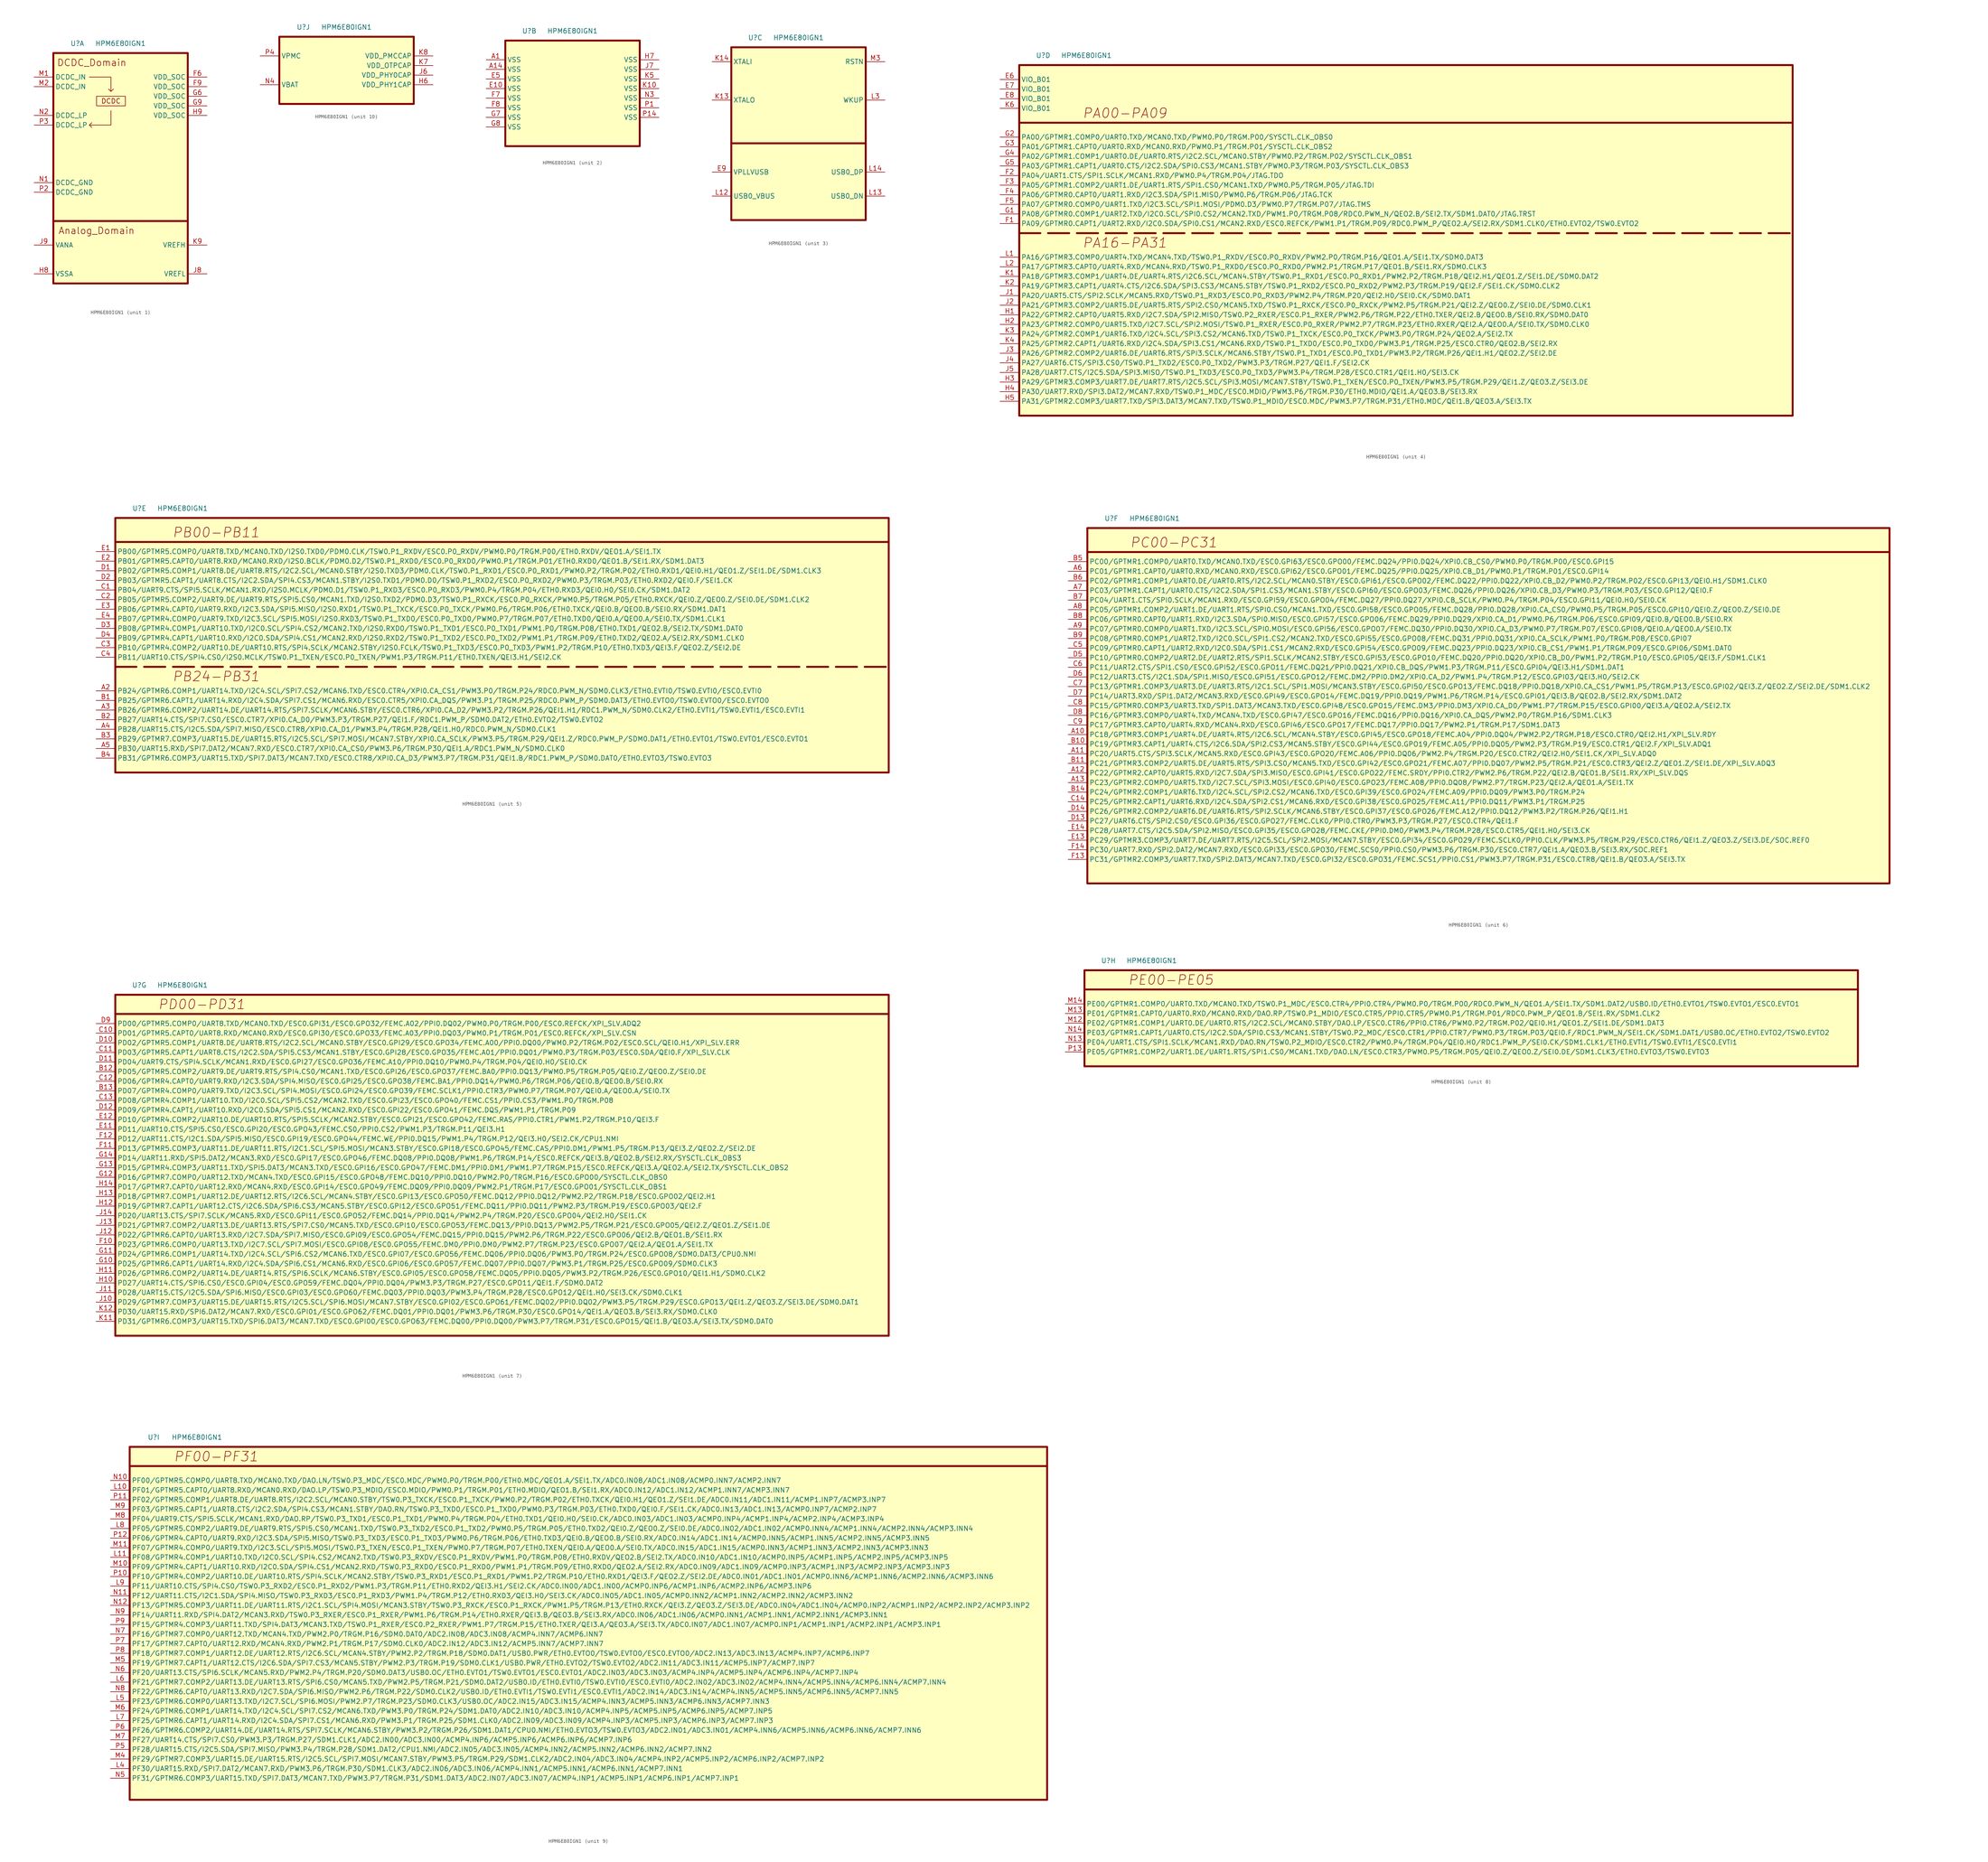
<source format=kicad_sym>
(kicad_symbol_lib
  (version 20220914)
  (generator kicad_symbol_editor)
  (symbol "HPM6E80IGN1"
    (property "Reference" "U"
      (at 6.35 2.54 0)
      (effects (font (size 1.27 1.27))))
    (property "Value" "HPM6E80IGN1"
      (at 17.78 2.54 0)
      (effects (font (size 1.27 1.27))))
    (property "ki_locked" ""
      (at 0 0 0)
      (effects (font (size 1.27 1.27))))
    (symbol "HPM6E80IGN1_1_1"
      (polyline (pts (xy 0 -44.45) (xy 35.56 -44.45)) (stroke (width 0.508) (type default)) (fill (type none)))
      (polyline (pts (xy 9.525 -6.35) (xy 15.24 -6.35) (xy 15.24 -10.16) (xy 14.605 -9.525) (xy 15.24 -10.16) (xy 15.875 -9.525)) (stroke (width 0) (type default)) (fill (type none)))
      (polyline (pts (xy 15.24 -15.24) (xy 15.24 -19.05) (xy 9.525 -19.05) (xy 10.16 -18.415) (xy 9.525 -19.05) (xy 10.16 -19.685)) (stroke (width 0) (type default)) (fill (type none)))
      (rectangle (start 0 0) (end 35.56 -60.96) (stroke (width 0.508) (type default)) (fill (type background)))
      (rectangle (start 11.43 -11.43) (end 19.05 -13.97) (stroke (width 0) (type default)) (fill (type none)))
      (text "Analog_Domain" (at 11.43 -46.99 0) (effects (font (size 1.778 1.778))))
      (text "DCDC" (at 15.24 -12.7 0) (effects (font (size 1.27 1.27))))
      (text "DCDC_Domain" (at 10.16 -2.54 0) (effects (font (size 1.778 1.778))))
      (pin power_in line (at 40.64 -6.35 180) (length 5.08) (name "VDD_SOC" (effects (font (size 1.27 1.27)))) (number "F6" (effects (font (size 1.27 1.27)))))
      (pin power_in line (at 40.64 -8.89 180) (length 5.08) (name "VDD_SOC" (effects (font (size 1.27 1.27)))) (number "F9" (effects (font (size 1.27 1.27)))))
      (pin power_in line (at 40.64 -11.43 180) (length 5.08) (name "VDD_SOC" (effects (font (size 1.27 1.27)))) (number "G6" (effects (font (size 1.27 1.27)))))
      (pin power_in line (at 40.64 -13.97 180) (length 5.08) (name "VDD_SOC" (effects (font (size 1.27 1.27)))) (number "G9" (effects (font (size 1.27 1.27)))))
      (pin power_in line (at -5.08 -58.42 0) (length 5.08) (name "VSSA" (effects (font (size 1.27 1.27)))) (number "H8" (effects (font (size 1.27 1.27)))))
      (pin power_in line (at 40.64 -16.51 180) (length 5.08) (name "VDD_SOC" (effects (font (size 1.27 1.27)))) (number "H9" (effects (font (size 1.27 1.27)))))
      (pin power_in line (at 40.64 -58.42 180) (length 5.08) (name "VREFL" (effects (font (size 1.27 1.27)))) (number "J8" (effects (font (size 1.27 1.27)))))
      (pin power_in line (at -5.08 -50.8 0) (length 5.08) (name "VANA" (effects (font (size 1.27 1.27)))) (number "J9" (effects (font (size 1.27 1.27)))))
      (pin power_in line (at 40.64 -50.8 180) (length 5.08) (name "VREFH" (effects (font (size 1.27 1.27)))) (number "K9" (effects (font (size 1.27 1.27)))))
      (pin power_in line (at -5.08 -6.35 0) (length 5.08) (name "DCDC_IN" (effects (font (size 1.27 1.27)))) (number "M1" (effects (font (size 1.27 1.27)))))
      (pin power_in line (at -5.08 -8.89 0) (length 5.08) (name "DCDC_IN" (effects (font (size 1.27 1.27)))) (number "M2" (effects (font (size 1.27 1.27)))))
      (pin power_in line (at -5.08 -34.29 0) (length 5.08) (name "DCDC_GND" (effects (font (size 1.27 1.27)))) (number "N1" (effects (font (size 1.27 1.27)))))
      (pin power_in line (at -5.08 -16.51 0) (length 5.08) (name "DCDC_LP" (effects (font (size 1.27 1.27)))) (number "N2" (effects (font (size 1.27 1.27)))))
      (pin power_in line (at -5.08 -36.83 0) (length 5.08) (name "DCDC_GND" (effects (font (size 1.27 1.27)))) (number "P2" (effects (font (size 1.27 1.27)))))
      (pin power_in line (at -5.08 -19.05 0) (length 5.08) (name "DCDC_LP" (effects (font (size 1.27 1.27)))) (number "P3" (effects (font (size 1.27 1.27))))))
    (symbol "HPM6E80IGN1_2_1"
      (rectangle (start 0 0) (end 35.56 -27.94) (stroke (width 0.508) (type default)) (fill (type background)))
      (pin power_in line (at -5.08 -5.08 0) (length 5.08) (name "VSS" (effects (font (size 1.27 1.27)))) (number "A1" (effects (font (size 1.27 1.27)))))
      (pin power_in line (at -5.08 -7.62 0) (length 5.08) (name "VSS" (effects (font (size 1.27 1.27)))) (number "A14" (effects (font (size 1.27 1.27)))))
      (pin power_in line (at -5.08 -12.7 0) (length 5.08) (name "VSS" (effects (font (size 1.27 1.27)))) (number "E10" (effects (font (size 1.27 1.27)))))
      (pin power_in line (at -5.08 -10.16 0) (length 5.08) (name "VSS" (effects (font (size 1.27 1.27)))) (number "E5" (effects (font (size 1.27 1.27)))))
      (pin power_in line (at -5.08 -15.24 0) (length 5.08) (name "VSS" (effects (font (size 1.27 1.27)))) (number "F7" (effects (font (size 1.27 1.27)))))
      (pin power_in line (at -5.08 -17.78 0) (length 5.08) (name "VSS" (effects (font (size 1.27 1.27)))) (number "F8" (effects (font (size 1.27 1.27)))))
      (pin power_in line (at -5.08 -20.32 0) (length 5.08) (name "VSS" (effects (font (size 1.27 1.27)))) (number "G7" (effects (font (size 1.27 1.27)))))
      (pin power_in line (at -5.08 -22.86 0) (length 5.08) (name "VSS" (effects (font (size 1.27 1.27)))) (number "G8" (effects (font (size 1.27 1.27)))))
      (pin power_in line (at 40.64 -5.08 180) (length 5.08) (name "VSS" (effects (font (size 1.27 1.27)))) (number "H7" (effects (font (size 1.27 1.27)))))
      (pin power_in line (at 40.64 -7.62 180) (length 5.08) (name "VSS" (effects (font (size 1.27 1.27)))) (number "J7" (effects (font (size 1.27 1.27)))))
      (pin power_in line (at 40.64 -12.7 180) (length 5.08) (name "VSS" (effects (font (size 1.27 1.27)))) (number "K10" (effects (font (size 1.27 1.27)))))
      (pin power_in line (at 40.64 -10.16 180) (length 5.08) (name "VSS" (effects (font (size 1.27 1.27)))) (number "K5" (effects (font (size 1.27 1.27)))))
      (pin power_in line (at 40.64 -15.24 180) (length 5.08) (name "VSS" (effects (font (size 1.27 1.27)))) (number "N3" (effects (font (size 1.27 1.27)))))
      (pin power_in line (at 40.64 -17.78 180) (length 5.08) (name "VSS" (effects (font (size 1.27 1.27)))) (number "P1" (effects (font (size 1.27 1.27)))))
      (pin power_in line (at 40.64 -20.32 180) (length 5.08) (name "VSS" (effects (font (size 1.27 1.27)))) (number "P14" (effects (font (size 1.27 1.27))))))
    (symbol "HPM6E80IGN1_3_1"
      (polyline (pts (xy 0 -25.4) (xy 35.56 -25.4)) (stroke (width 0.508) (type default)) (fill (type none)))
      (rectangle (start 0 0) (end 35.56 -45.72) (stroke (width 0.508) (type default)) (fill (type background)))
      (pin input line (at -5.08 -33.02 0) (length 5.08) (name "VPLLVUSB" (effects (font (size 1.27 1.27)))) (number "E9" (effects (font (size 1.27 1.27)))))
      (pin input line (at -5.08 -13.97 0) (length 5.08) (name "XTALO" (effects (font (size 1.27 1.27)))) (number "K13" (effects (font (size 1.27 1.27)))))
      (pin input line (at -5.08 -3.81 0) (length 5.08) (name "XTALI" (effects (font (size 1.27 1.27)))) (number "K14" (effects (font (size 1.27 1.27)))))
      (pin input line (at -5.08 -39.37 0) (length 5.08) (name "USB0_VBUS" (effects (font (size 1.27 1.27)))) (number "L12" (effects (font (size 1.27 1.27)))))
      (pin input line (at 40.64 -39.37 180) (length 5.08) (name "USB0_DN" (effects (font (size 1.27 1.27)))) (number "L13" (effects (font (size 1.27 1.27)))))
      (pin input line (at 40.64 -33.02 180) (length 5.08) (name "USB0_DP" (effects (font (size 1.27 1.27)))) (number "L14" (effects (font (size 1.27 1.27)))))
      (pin input line (at 40.64 -13.97 180) (length 5.08) (name "WKUP" (effects (font (size 1.27 1.27)))) (number "L3" (effects (font (size 1.27 1.27)))))
      (pin input line (at 40.64 -3.81 180) (length 5.08) (name "RSTN" (effects (font (size 1.27 1.27)))) (number "M3" (effects (font (size 1.27 1.27))))))
    (symbol "HPM6E80IGN1_4_1"
      (polyline (pts (xy 0 -44.45) (xy 204.47 -44.45)) (stroke (width 0.508) (type dash)) (fill (type none)))
      (polyline (pts (xy 0 -15.24) (xy 204.47 -15.24)) (stroke (width 0.508) (type default)) (fill (type none)))
      (rectangle (start 0 0) (end 204.47 -92.71) (stroke (width 0.508) (type default)) (fill (type background)))
      (text "PA00-PA09" (at 27.94 -12.7 0) (effects (font (size 2.54 2.54) italic)))
      (text "PA16-PA31" (at 27.94 -46.99 0) (effects (font (size 2.54 2.54) italic)))
      (pin input line (at -5.08 -3.81 0) (length 5.08) (name "VIO_B01" (effects (font (size 1.27 1.27)))) (number "E6" (effects (font (size 1.27 1.27)))))
      (pin input line (at -5.08 -6.35 0) (length 5.08) (name "VIO_B01" (effects (font (size 1.27 1.27)))) (number "E7" (effects (font (size 1.27 1.27)))))
      (pin input line (at -5.08 -8.89 0) (length 5.08) (name "VIO_B01" (effects (font (size 1.27 1.27)))) (number "E8" (effects (font (size 1.27 1.27)))))
      (pin input line (at -5.08 -41.91 0) (length 5.08) (name "PA09/GPTMR0.CAPT1/UART2.RXD/I2C0.SDA/SPI0.CS1/MCAN2.RXD/ESC0.REFCK/PWM1.P1/TRGM.P09/RDC0.PWM_P/QEO2.A/SEI2.RX/SDM1.CLK0/ETH0.EVTO2/TSW0.EVTO2" (effects (font (size 1.27 1.27)))) (number "F1" (effects (font (size 1.27 1.27)))))
      (pin input line (at -5.08 -29.21 0) (length 5.08) (name "PA04/UART1.CTS/SPI1.SCLK/MCAN1.RXD/PWM0.P4/TRGM.P04/JTAG.TDO" (effects (font (size 1.27 1.27)))) (number "F2" (effects (font (size 1.27 1.27)))))
      (pin input line (at -5.08 -31.75 0) (length 5.08) (name "PA05/GPTMR1.COMP2/UART1.DE/UART1.RTS/SPI1.CS0/MCAN1.TXD/PWM0.P5/TRGM.P05/JTAG.TDI" (effects (font (size 1.27 1.27)))) (number "F3" (effects (font (size 1.27 1.27)))))
      (pin input line (at -5.08 -34.29 0) (length 5.08) (name "PA06/GPTMR0.CAPT0/UART1.RXD/I2C3.SDA/SPI1.MISO/PWM0.P6/TRGM.P06/JTAG.TCK" (effects (font (size 1.27 1.27)))) (number "F4" (effects (font (size 1.27 1.27)))))
      (pin input line (at -5.08 -36.83 0) (length 5.08) (name "PA07/GPTMR0.COMP0/UART1.TXD/I2C3.SCL/SPI1.MOSI/PDM0.D3/PWM0.P7/TRGM.P07/JTAG.TMS" (effects (font (size 1.27 1.27)))) (number "F5" (effects (font (size 1.27 1.27)))))
      (pin input line (at -5.08 -39.37 0) (length 5.08) (name "PA08/GPTMR0.COMP1/UART2.TXD/I2C0.SCL/SPI0.CS2/MCAN2.TXD/PWM1.P0/TRGM.P08/RDC0.PWM_N/QEO2.B/SEI2.TX/SDM1.DAT0/JTAG.TRST" (effects (font (size 1.27 1.27)))) (number "G1" (effects (font (size 1.27 1.27)))))
      (pin input line (at -5.08 -19.05 0) (length 5.08) (name "PA00/GPTMR1.COMP0/UART0.TXD/MCAN0.TXD/PWM0.P0/TRGM.P00/SYSCTL.CLK_OBS0" (effects (font (size 1.27 1.27)))) (number "G2" (effects (font (size 1.27 1.27)))))
      (pin input line (at -5.08 -21.59 0) (length 5.08) (name "PA01/GPTMR1.CAPT0/UART0.RXD/MCAN0.RXD/PWM0.P1/TRGM.P01/SYSCTL.CLK_OBS2" (effects (font (size 1.27 1.27)))) (number "G3" (effects (font (size 1.27 1.27)))))
      (pin input line (at -5.08 -24.13 0) (length 5.08) (name "PA02/GPTMR1.COMP1/UART0.DE/UART0.RTS/I2C2.SCL/MCAN0.STBY/PWM0.P2/TRGM.P02/SYSCTL.CLK_OBS1" (effects (font (size 1.27 1.27)))) (number "G4" (effects (font (size 1.27 1.27)))))
      (pin input line (at -5.08 -26.67 0) (length 5.08) (name "PA03/GPTMR1.CAPT1/UART0.CTS/I2C2.SDA/SPI0.CS3/MCAN1.STBY/PWM0.P3/TRGM.P03/SYSCTL.CLK_OBS3" (effects (font (size 1.27 1.27)))) (number "G5" (effects (font (size 1.27 1.27)))))
      (pin input line (at -5.08 -66.04 0) (length 5.08) (name "PA22/GPTMR2.CAPT0/UART5.RXD/I2C7.SDA/SPI2.MISO/TSW0.P2_RXER/ESC0.P1_RXER/PWM2.P6/TRGM.P22/ETH0.TXER/QEI2.B/QEO0.B/SEI0.RX/SDM0.DAT0" (effects (font (size 1.27 1.27)))) (number "H1" (effects (font (size 1.27 1.27)))))
      (pin input line (at -5.08 -68.58 0) (length 5.08) (name "PA23/GPTMR2.COMP0/UART5.TXD/I2C7.SCL/SPI2.MOSI/TSW0.P1_RXER/ESC0.P0_RXER/PWM2.P7/TRGM.P23/ETH0.RXER/QEI2.A/QEO0.A/SEI0.TX/SDM0.CLK0" (effects (font (size 1.27 1.27)))) (number "H2" (effects (font (size 1.27 1.27)))))
      (pin input line (at -5.08 -83.82 0) (length 5.08) (name "PA29/GPTMR3.COMP3/UART7.DE/UART7.RTS/I2C5.SCL/SPI3.MOSI/MCAN7.STBY/TSW0.P1_TXEN/ESC0.P0_TXEN/PWM3.P5/TRGM.P29/QEI1.Z/QEO3.Z/SEI3.DE" (effects (font (size 1.27 1.27)))) (number "H3" (effects (font (size 1.27 1.27)))))
      (pin input line (at -5.08 -86.36 0) (length 5.08) (name "PA30/UART7.RXD/SPI3.DAT2/MCAN7.RXD/TSW0.P1_MDC/ESC0.MDIO/PWM3.P6/TRGM.P30/ETH0.MDIO/QEI1.A/QEO3.B/SEI3.RX" (effects (font (size 1.27 1.27)))) (number "H4" (effects (font (size 1.27 1.27)))))
      (pin input line (at -5.08 -88.9 0) (length 5.08) (name "PA31/GPTMR2.COMP3/UART7.TXD/SPI3.DAT3/MCAN7.TXD/TSW0.P1_MDIO/ESC0.MDC/PWM3.P7/TRGM.P31/ETH0.MDC/QEI1.B/QEO3.A/SEI3.TX" (effects (font (size 1.27 1.27)))) (number "H5" (effects (font (size 1.27 1.27)))))
      (pin input line (at -5.08 -60.96 0) (length 5.08) (name "PA20/UART5.CTS/SPI2.SCLK/MCAN5.RXD/TSW0.P1_RXD3/ESC0.P0_RXD3/PWM2.P4/TRGM.P20/QEI2.H0/SEI0.CK/SDM0.DAT1" (effects (font (size 1.27 1.27)))) (number "J1" (effects (font (size 1.27 1.27)))))
      (pin input line (at -5.08 -63.5 0) (length 5.08) (name "PA21/GPTMR3.COMP2/UART5.DE/UART5.RTS/SPI2.CS0/MCAN5.TXD/TSW0.P1_RXCK/ESC0.P0_RXCK/PWM2.P5/TRGM.P21/QEI2.Z/QEO0.Z/SEI0.DE/SDM0.CLK1" (effects (font (size 1.27 1.27)))) (number "J2" (effects (font (size 1.27 1.27)))))
      (pin input line (at -5.08 -76.2 0) (length 5.08) (name "PA26/GPTMR2.COMP2/UART6.DE/UART6.RTS/SPI3.SCLK/MCAN6.STBY/TSW0.P1_TXD1/ESC0.P0_TXD1/PWM3.P2/TRGM.P26/QEI1.H1/QEO2.Z/SEI2.DE" (effects (font (size 1.27 1.27)))) (number "J3" (effects (font (size 1.27 1.27)))))
      (pin input line (at -5.08 -78.74 0) (length 5.08) (name "PA27/UART6.CTS/SPI3.CS0/TSW0.P1_TXD2/ESC0.P0_TXD2/PWM3.P3/TRGM.P27/QEI1.F/SEI2.CK" (effects (font (size 1.27 1.27)))) (number "J4" (effects (font (size 1.27 1.27)))))
      (pin input line (at -5.08 -81.28 0) (length 5.08) (name "PA28/UART7.CTS/I2C5.SDA/SPI3.MISO/TSW0.P1_TXD3/ESC0.P0_TXD3/PWM3.P4/TRGM.P28/ESC0.CTR1/QEI1.H0/SEI3.CK" (effects (font (size 1.27 1.27)))) (number "J5" (effects (font (size 1.27 1.27)))))
      (pin input line (at -5.08 -55.88 0) (length 5.08) (name "PA18/GPTMR3.COMP1/UART4.DE/UART4.RTS/I2C6.SCL/MCAN4.STBY/TSW0.P1_RXD1/ESC0.P0_RXD1/PWM2.P2/TRGM.P18/QEI2.H1/QEO1.Z/SEI1.DE/SDM0.DAT2" (effects (font (size 1.27 1.27)))) (number "K1" (effects (font (size 1.27 1.27)))))
      (pin input line (at -5.08 -58.42 0) (length 5.08) (name "PA19/GPTMR3.CAPT1/UART4.CTS/I2C6.SDA/SPI3.CS3/MCAN5.STBY/TSW0.P1_RXD2/ESC0.P0_RXD2/PWM2.P3/TRGM.P19/QEI2.F/SEI1.CK/SDM0.CLK2" (effects (font (size 1.27 1.27)))) (number "K2" (effects (font (size 1.27 1.27)))))
      (pin input line (at -5.08 -71.12 0) (length 5.08) (name "PA24/GPTMR2.COMP1/UART6.TXD/I2C4.SCL/SPI3.CS2/MCAN6.TXD/TSW0.P1_TXCK/ESC0.P0_TXCK/PWM3.P0/TRGM.P24/QEO2.A/SEI2.TX" (effects (font (size 1.27 1.27)))) (number "K3" (effects (font (size 1.27 1.27)))))
      (pin input line (at -5.08 -73.66 0) (length 5.08) (name "PA25/GPTMR2.CAPT1/UART6.RXD/I2C4.SDA/SPI3.CS1/MCAN6.RXD/TSW0.P1_TXD0/ESC0.P0_TXD0/PWM3.P1/TRGM.P25/ESC0.CTR0/QEO2.B/SEI2.RX" (effects (font (size 1.27 1.27)))) (number "K4" (effects (font (size 1.27 1.27)))))
      (pin input line (at -5.08 -11.43 0) (length 5.08) (name "VIO_B01" (effects (font (size 1.27 1.27)))) (number "K6" (effects (font (size 1.27 1.27)))))
      (pin input line (at -5.08 -50.8 0) (length 5.08) (name "PA16/GPTMR3.COMP0/UART4.TXD/MCAN4.TXD/TSW0.P1_RXDV/ESC0.P0_RXDV/PWM2.P0/TRGM.P16/QEO1.A/SEI1.TX/SDM0.DAT3" (effects (font (size 1.27 1.27)))) (number "L1" (effects (font (size 1.27 1.27)))))
      (pin input line (at -5.08 -53.34 0) (length 5.08) (name "PA17/GPTMR3.CAPT0/UART4.RXD/MCAN4.RXD/TSW0.P1_RXD0/ESC0.P0_RXD0/PWM2.P1/TRGM.P17/QEO1.B/SEI1.RX/SDM0.CLK3" (effects (font (size 1.27 1.27)))) (number "L2" (effects (font (size 1.27 1.27))))))
    (symbol "HPM6E80IGN1_5_1"
      (polyline (pts (xy 0 -39.37) (xy 204.47 -39.37)) (stroke (width 0.508) (type dash)) (fill (type none)))
      (polyline (pts (xy 0 -6.35) (xy 204.47 -6.35)) (stroke (width 0.508) (type solid)) (fill (type none)))
      (rectangle (start 0 0) (end 204.47 -67.31) (stroke (width 0.508) (type default)) (fill (type background)))
      (text "PB00-PB11" (at 26.67 -3.81 0) (effects (font (size 2.54 2.54) italic)))
      (text "PB24-PB31" (at 26.67 -41.91 0) (effects (font (size 2.54 2.54) italic)))
      (pin input line (at -5.08 -45.72 0) (length 5.08) (name "PB24/GPTMR6.COMP1/UART14.TXD/I2C4.SCL/SPI7.CS2/MCAN6.TXD/ESC0.CTR4/XPI0.CA_CS1/PWM3.P0/TRGM.P24/RDC0.PWM_N/SDM0.CLK3/ETH0.EVTI0/TSW0.EVTI0/ESC0.EVTI0" (effects (font (size 1.27 1.27)))) (number "A2" (effects (font (size 1.27 1.27)))))
      (pin input line (at -5.08 -50.8 0) (length 5.08) (name "PB26/GPTMR6.COMP2/UART14.DE/UART14.RTS/SPI7.SCLK/MCAN6.STBY/ESC0.CTR6/XPI0.CA_D2/PWM3.P2/TRGM.P26/QEI1.H1/RDC1.PWM_N/SDM0.CLK2/ETH0.EVTI1/TSW0.EVTI1/ESC0.EVTI1" (effects (font (size 1.27 1.27)))) (number "A3" (effects (font (size 1.27 1.27)))))
      (pin input line (at -5.08 -55.88 0) (length 5.08) (name "PB28/UART15.CTS/I2C5.SDA/SPI7.MISO/ESC0.CTR8/XPI0.CA_D1/PWM3.P4/TRGM.P28/QEI1.H0/RDC0.PWM_N/SDM0.CLK1" (effects (font (size 1.27 1.27)))) (number "A4" (effects (font (size 1.27 1.27)))))
      (pin input line (at -5.08 -60.96 0) (length 5.08) (name "PB30/UART15.RXD/SPI7.DAT2/MCAN7.RXD/ESC0.CTR7/XPI0.CA_CS0/PWM3.P6/TRGM.P30/QEI1.A/RDC1.PWM_N/SDM0.CLK0" (effects (font (size 1.27 1.27)))) (number "A5" (effects (font (size 1.27 1.27)))))
      (pin input line (at -5.08 -48.26 0) (length 5.08) (name "PB25/GPTMR6.CAPT1/UART14.RXD/I2C4.SDA/SPI7.CS1/MCAN6.RXD/ESC0.CTR5/XPI0.CA_DQS/PWM3.P1/TRGM.P25/RDC0.PWM_P/SDM0.DAT3/ETH0.EVTO0/TSW0.EVTO0/ESC0.EVTO0" (effects (font (size 1.27 1.27)))) (number "B1" (effects (font (size 1.27 1.27)))))
      (pin input line (at -5.08 -53.34 0) (length 5.08) (name "PB27/UART14.CTS/SPI7.CS0/ESC0.CTR7/XPI0.CA_D0/PWM3.P3/TRGM.P27/QEI1.F/RDC1.PWM_P/SDM0.DAT2/ETH0.EVTO2/TSW0.EVTO2" (effects (font (size 1.27 1.27)))) (number "B2" (effects (font (size 1.27 1.27)))))
      (pin input line (at -5.08 -58.42 0) (length 5.08) (name "PB29/GPTMR7.COMP3/UART15.DE/UART15.RTS/I2C5.SCL/SPI7.MOSI/MCAN7.STBY/XPI0.CA_SCLK/PWM3.P5/TRGM.P29/QEI1.Z/RDC0.PWM_P/SDM0.DAT1/ETH0.EVTO1/TSW0.EVTO1/ESC0.EVTO1" (effects (font (size 1.27 1.27)))) (number "B3" (effects (font (size 1.27 1.27)))))
      (pin input line (at -5.08 -63.5 0) (length 5.08) (name "PB31/GPTMR6.COMP3/UART15.TXD/SPI7.DAT3/MCAN7.TXD/ESC0.CTR8/XPI0.CA_D3/PWM3.P7/TRGM.P31/QEI1.B/RDC1.PWM_P/SDM0.DAT0/ETH0.EVTO3/TSW0.EVTO3" (effects (font (size 1.27 1.27)))) (number "B4" (effects (font (size 1.27 1.27)))))
      (pin input line (at -5.08 -19.05 0) (length 5.08) (name "PB04/UART9.CTS/SPI5.SCLK/MCAN1.RXD/I2S0.MCLK/PDM0.D1/TSW0.P1_RXD3/ESC0.P0_RXD3/PWM0.P4/TRGM.P04/ETH0.RXD3/QEI0.H0/SEI0.CK/SDM1.DAT2" (effects (font (size 1.27 1.27)))) (number "C1" (effects (font (size 1.27 1.27)))))
      (pin input line (at -5.08 -21.59 0) (length 5.08) (name "PB05/GPTMR5.COMP2/UART9.DE/UART9.RTS/SPI5.CS0/MCAN1.TXD/I2S0.TXD2/PDM0.D3/TSW0.P1_RXCK/ESC0.P0_RXCK/PWM0.P5/TRGM.P05/ETH0.RXCK/QEI0.Z/QEO0.Z/SEI0.DE/SDM1.CLK2" (effects (font (size 1.27 1.27)))) (number "C2" (effects (font (size 1.27 1.27)))))
      (pin input line (at -5.08 -34.29 0) (length 5.08) (name "PB10/GPTMR4.COMP2/UART10.DE/UART10.RTS/SPI4.SCLK/MCAN2.STBY/I2S0.FCLK/TSW0.P1_TXD3/ESC0.P0_TXD3/PWM1.P2/TRGM.P10/ETH0.TXD3/QEI3.F/QEO2.Z/SEI2.DE" (effects (font (size 1.27 1.27)))) (number "C3" (effects (font (size 1.27 1.27)))))
      (pin input line (at -5.08 -36.83 0) (length 5.08) (name "PB11/UART10.CTS/SPI4.CS0/I2S0.MCLK/TSW0.P1_TXEN/ESC0.P0_TXEN/PWM1.P3/TRGM.P11/ETH0.TXEN/QEI3.H1/SEI2.CK" (effects (font (size 1.27 1.27)))) (number "C4" (effects (font (size 1.27 1.27)))))
      (pin input line (at -5.08 -13.97 0) (length 5.08) (name "PB02/GPTMR5.COMP1/UART8.DE/UART8.RTS/I2C2.SCL/MCAN0.STBY/I2S0.TXD3/PDM0.CLK/TSW0.P1_RXD1/ESC0.P0_RXD1/PWM0.P2/TRGM.P02/ETH0.RXD1/QEI0.H1/QEO1.Z/SEI1.DE/SDM1.CLK3" (effects (font (size 1.27 1.27)))) (number "D1" (effects (font (size 1.27 1.27)))))
      (pin input line (at -5.08 -16.51 0) (length 5.08) (name "PB03/GPTMR5.CAPT1/UART8.CTS/I2C2.SDA/SPI4.CS3/MCAN1.STBY/I2S0.TXD1/PDM0.D0/TSW0.P1_RXD2/ESC0.P0_RXD2/PWM0.P3/TRGM.P03/ETH0.RXD2/QEI0.F/SEI1.CK" (effects (font (size 1.27 1.27)))) (number "D2" (effects (font (size 1.27 1.27)))))
      (pin input line (at -5.08 -29.21 0) (length 5.08) (name "PB08/GPTMR4.COMP1/UART10.TXD/I2C0.SCL/SPI4.CS2/MCAN2.TXD/I2S0.RXD0/TSW0.P1_TXD1/ESC0.P0_TXD1/PWM1.P0/TRGM.P08/ETH0.TXD1/QEO2.B/SEI2.TX/SDM1.DAT0" (effects (font (size 1.27 1.27)))) (number "D3" (effects (font (size 1.27 1.27)))))
      (pin input line (at -5.08 -31.75 0) (length 5.08) (name "PB09/GPTMR4.CAPT1/UART10.RXD/I2C0.SDA/SPI4.CS1/MCAN2.RXD/I2S0.RXD2/TSW0.P1_TXD2/ESC0.P0_TXD2/PWM1.P1/TRGM.P09/ETH0.TXD2/QEO2.A/SEI2.RX/SDM1.CLK0" (effects (font (size 1.27 1.27)))) (number "D4" (effects (font (size 1.27 1.27)))))
      (pin input line (at -5.08 -8.89 0) (length 5.08) (name "PB00/GPTMR5.COMP0/UART8.TXD/MCAN0.TXD/I2S0.TXD0/PDM0.CLK/TSW0.P1_RXDV/ESC0.P0_RXDV/PWM0.P0/TRGM.P00/ETH0.RXDV/QEO1.A/SEI1.TX" (effects (font (size 1.27 1.27)))) (number "E1" (effects (font (size 1.27 1.27)))))
      (pin input line (at -5.08 -11.43 0) (length 5.08) (name "PB01/GPTMR5.CAPT0/UART8.RXD/MCAN0.RXD/I2S0.BCLK/PDM0.D2/TSW0.P1_RXD0/ESC0.P0_RXD0/PWM0.P1/TRGM.P01/ETH0.RXD0/QEO1.B/SEI1.RX/SDM1.DAT3" (effects (font (size 1.27 1.27)))) (number "E2" (effects (font (size 1.27 1.27)))))
      (pin input line (at -5.08 -24.13 0) (length 5.08) (name "PB06/GPTMR4.CAPT0/UART9.RXD/I2C3.SDA/SPI5.MISO/I2S0.RXD1/TSW0.P1_TXCK/ESC0.P0_TXCK/PWM0.P6/TRGM.P06/ETH0.TXCK/QEI0.B/QEO0.B/SEI0.RX/SDM1.DAT1" (effects (font (size 1.27 1.27)))) (number "E3" (effects (font (size 1.27 1.27)))))
      (pin input line (at -5.08 -26.67 0) (length 5.08) (name "PB07/GPTMR4.COMP0/UART9.TXD/I2C3.SCL/SPI5.MOSI/I2S0.RXD3/TSW0.P1_TXD0/ESC0.P0_TXD0/PWM0.P7/TRGM.P07/ETH0.TXD0/QEI0.A/QEO0.A/SEI0.TX/SDM1.CLK1" (effects (font (size 1.27 1.27)))) (number "E4" (effects (font (size 1.27 1.27))))))
    (symbol "HPM6E80IGN1_6_1"
      (polyline (pts (xy 0 -6.35) (xy 212.09 -6.35)) (stroke (width 0.508) (type solid)) (fill (type none)))
      (rectangle (start 0 0) (end 212.09 -93.98) (stroke (width 0.508) (type default)) (fill (type background)))
      (text "PC00-PC31" (at 22.86 -3.81 0) (effects (font (size 2.54 2.54) italic)))
      (pin input line (at -5.08 -54.61 0) (length 5.08) (name "PC18/GPTMR3.COMP1/UART4.DE/UART4.RTS/I2C6.SCL/MCAN4.STBY/ESC0.GPI45/ESC0.GPO18/FEMC.A04/PPI0.DQ04/PWM2.P2/TRGM.P18/ESC0.CTR0/QEI2.H1/XPI_SLV.RDY" (effects (font (size 1.27 1.27)))) (number "A10" (effects (font (size 1.27 1.27)))))
      (pin input line (at -5.08 -59.69 0) (length 5.08) (name "PC20/UART5.CTS/SPI3.SCLK/MCAN5.RXD/ESC0.GPI43/ESC0.GPO20/FEMC.A06/PPI0.DQ06/PWM2.P4/TRGM.P20/ESC0.CTR2/QEI2.H0/SEI1.CK/XPI_SLV.ADQ0" (effects (font (size 1.27 1.27)))) (number "A11" (effects (font (size 1.27 1.27)))))
      (pin input line (at -5.08 -64.77 0) (length 5.08) (name "PC22/GPTMR2.CAPT0/UART5.RXD/I2C7.SDA/SPI3.MISO/ESC0.GPI41/ESC0.GPO22/FEMC.SRDY/PPI0.CTR2/PWM2.P6/TRGM.P22/QEI2.B/QEO1.B/SEI1.RX/XPI_SLV.DQS" (effects (font (size 1.27 1.27)))) (number "A12" (effects (font (size 1.27 1.27)))))
      (pin input line (at -5.08 -67.31 0) (length 5.08) (name "PC23/GPTMR2.COMP0/UART5.TXD/I2C7.SCL/SPI3.MOSI/ESC0.GPI40/ESC0.GPO23/FEMC.A08/PPI0.DQ08/PWM2.P7/TRGM.P23/QEI2.A/QEO1.A/SEI1.TX" (effects (font (size 1.27 1.27)))) (number "A13" (effects (font (size 1.27 1.27)))))
      (pin input line (at -5.08 -11.43 0) (length 5.08) (name "PC01/GPTMR1.CAPT0/UART0.RXD/MCAN0.RXD/ESC0.GPI62/ESC0.GPO01/FEMC.DQ25/PPI0.DQ25/XPI0.CB_D1/PWM0.P1/TRGM.P01/ESC0.GPI14" (effects (font (size 1.27 1.27)))) (number "A6" (effects (font (size 1.27 1.27)))))
      (pin input line (at -5.08 -16.51 0) (length 5.08) (name "PC03/GPTMR1.CAPT1/UART0.CTS/I2C2.SDA/SPI1.CS3/MCAN1.STBY/ESC0.GPI60/ESC0.GPO03/FEMC.DQ26/PPI0.DQ26/XPI0.CB_D3/PWM0.P3/TRGM.P03/ESC0.GPI12/QEI0.F" (effects (font (size 1.27 1.27)))) (number "A7" (effects (font (size 1.27 1.27)))))
      (pin input line (at -5.08 -21.59 0) (length 5.08) (name "PC05/GPTMR1.COMP2/UART1.DE/UART1.RTS/SPI0.CS0/MCAN1.TXD/ESC0.GPI58/ESC0.GPO05/FEMC.DQ28/PPI0.DQ28/XPI0.CA_CS0/PWM0.P5/TRGM.P05/ESC0.GPI10/QEI0.Z/QEO0.Z/SEI0.DE" (effects (font (size 1.27 1.27)))) (number "A8" (effects (font (size 1.27 1.27)))))
      (pin input line (at -5.08 -26.67 0) (length 5.08) (name "PC07/GPTMR0.COMP0/UART1.TXD/I2C3.SCL/SPI0.MOSI/ESC0.GPI56/ESC0.GPO07/FEMC.DQ30/PPI0.DQ30/XPI0.CA_D3/PWM0.P7/TRGM.P07/ESC0.GPI08/QEI0.A/QEO0.A/SEI0.TX" (effects (font (size 1.27 1.27)))) (number "A9" (effects (font (size 1.27 1.27)))))
      (pin input line (at -5.08 -57.15 0) (length 5.08) (name "PC19/GPTMR3.CAPT1/UART4.CTS/I2C6.SDA/SPI2.CS3/MCAN5.STBY/ESC0.GPI44/ESC0.GPO19/FEMC.A05/PPI0.DQ05/PWM2.P3/TRGM.P19/ESC0.CTR1/QEI2.F/XPI_SLV.ADQ1" (effects (font (size 1.27 1.27)))) (number "B10" (effects (font (size 1.27 1.27)))))
      (pin input line (at -5.08 -62.23 0) (length 5.08) (name "PC21/GPTMR3.COMP2/UART5.DE/UART5.RTS/SPI3.CS0/MCAN5.TXD/ESC0.GPI42/ESC0.GPO21/FEMC.A07/PPI0.DQ07/PWM2.P5/TRGM.P21/ESC0.CTR3/QEI2.Z/QEO1.Z/SEI1.DE/XPI_SLV.ADQ3" (effects (font (size 1.27 1.27)))) (number "B11" (effects (font (size 1.27 1.27)))))
      (pin input line (at -5.08 -69.85 0) (length 5.08) (name "PC24/GPTMR2.COMP1/UART6.TXD/I2C4.SCL/SPI2.CS2/MCAN6.TXD/ESC0.GPI39/ESC0.GPO24/FEMC.A09/PPI0.DQ09/PWM3.P0/TRGM.P24" (effects (font (size 1.27 1.27)))) (number "B14" (effects (font (size 1.27 1.27)))))
      (pin input line (at -5.08 -8.89 0) (length 5.08) (name "PC00/GPTMR1.COMP0/UART0.TXD/MCAN0.TXD/ESC0.GPI63/ESC0.GPO00/FEMC.DQ24/PPI0.DQ24/XPI0.CB_CS0/PWM0.P0/TRGM.P00/ESC0.GPI15" (effects (font (size 1.27 1.27)))) (number "B5" (effects (font (size 1.27 1.27)))))
      (pin input line (at -5.08 -13.97 0) (length 5.08) (name "PC02/GPTMR1.COMP1/UART0.DE/UART0.RTS/I2C2.SCL/MCAN0.STBY/ESC0.GPI61/ESC0.GPO02/FEMC.DQ22/PPI0.DQ22/XPI0.CB_D2/PWM0.P2/TRGM.P02/ESC0.GPI13/QEI0.H1/SDM1.CLK0" (effects (font (size 1.27 1.27)))) (number "B6" (effects (font (size 1.27 1.27)))))
      (pin input line (at -5.08 -19.05 0) (length 5.08) (name "PC04/UART1.CTS/SPI0.SCLK/MCAN1.RXD/ESC0.GPI59/ESC0.GPO04/FEMC.DQ27/PPI0.DQ27/XPI0.CB_SCLK/PWM0.P4/TRGM.P04/ESC0.GPI11/QEI0.H0/SEI0.CK" (effects (font (size 1.27 1.27)))) (number "B7" (effects (font (size 1.27 1.27)))))
      (pin input line (at -5.08 -24.13 0) (length 5.08) (name "PC06/GPTMR0.CAPT0/UART1.RXD/I2C3.SDA/SPI0.MISO/ESC0.GPI57/ESC0.GPO06/FEMC.DQ29/PPI0.DQ29/XPI0.CA_D1/PWM0.P6/TRGM.P06/ESC0.GPI09/QEI0.B/QEO0.B/SEI0.RX" (effects (font (size 1.27 1.27)))) (number "B8" (effects (font (size 1.27 1.27)))))
      (pin input line (at -5.08 -29.21 0) (length 5.08) (name "PC08/GPTMR0.COMP1/UART2.TXD/I2C0.SCL/SPI1.CS2/MCAN2.TXD/ESC0.GPI55/ESC0.GPO08/FEMC.DQ31/PPI0.DQ31/XPI0.CA_SCLK/PWM1.P0/TRGM.P08/ESC0.GPI07" (effects (font (size 1.27 1.27)))) (number "B9" (effects (font (size 1.27 1.27)))))
      (pin input line (at -5.08 -72.39 0) (length 5.08) (name "PC25/GPTMR2.CAPT1/UART6.RXD/I2C4.SDA/SPI2.CS1/MCAN6.RXD/ESC0.GPI38/ESC0.GPO25/FEMC.A11/PPI0.DQ11/PWM3.P1/TRGM.P25" (effects (font (size 1.27 1.27)))) (number "C14" (effects (font (size 1.27 1.27)))))
      (pin input line (at -5.08 -31.75 0) (length 5.08) (name "PC09/GPTMR0.CAPT1/UART2.RXD/I2C0.SDA/SPI1.CS1/MCAN2.RXD/ESC0.GPI54/ESC0.GPO09/FEMC.DQ23/PPI0.DQ23/XPI0.CB_CS1/PWM1.P1/TRGM.P09/ESC0.GPI06/SDM1.DAT0" (effects (font (size 1.27 1.27)))) (number "C5" (effects (font (size 1.27 1.27)))))
      (pin input line (at -5.08 -36.83 0) (length 5.08) (name "PC11/UART2.CTS/SPI1.CS0/ESC0.GPI52/ESC0.GPO11/FEMC.DQ21/PPI0.DQ21/XPI0.CB_DQS/PWM1.P3/TRGM.P11/ESC0.GPI04/QEI3.H1/SDM1.DAT1" (effects (font (size 1.27 1.27)))) (number "C6" (effects (font (size 1.27 1.27)))))
      (pin input line (at -5.08 -41.91 0) (length 5.08) (name "PC13/GPTMR1.COMP3/UART3.DE/UART3.RTS/I2C1.SCL/SPI1.MOSI/MCAN3.STBY/ESC0.GPI50/ESC0.GPO13/FEMC.DQ18/PPI0.DQ18/XPI0.CA_CS1/PWM1.P5/TRGM.P13/ESC0.GPI02/QEI3.Z/QEO2.Z/SEI2.DE/SDM1.CLK2" (effects (font (size 1.27 1.27)))) (number "C7" (effects (font (size 1.27 1.27)))))
      (pin input line (at -5.08 -46.99 0) (length 5.08) (name "PC15/GPTMR0.COMP3/UART3.TXD/SPI1.DAT3/MCAN3.TXD/ESC0.GPI48/ESC0.GPO15/FEMC.DM3/PPI0.DM3/XPI0.CA_D0/PWM1.P7/TRGM.P15/ESC0.GPI00/QEI3.A/QEO2.A/SEI2.TX" (effects (font (size 1.27 1.27)))) (number "C8" (effects (font (size 1.27 1.27)))))
      (pin input line (at -5.08 -52.07 0) (length 5.08) (name "PC17/GPTMR3.CAPT0/UART4.RXD/MCAN4.RXD/ESC0.GPI46/ESC0.GPO17/FEMC.DQ17/PPI0.DQ17/PWM2.P1/TRGM.P17/SDM1.DAT3" (effects (font (size 1.27 1.27)))) (number "C9" (effects (font (size 1.27 1.27)))))
      (pin input line (at -5.08 -77.47 0) (length 5.08) (name "PC27/UART6.CTS/SPI2.CS0/ESC0.GPI36/ESC0.GPO27/FEMC.CLK0/PPI0.CTR0/PWM3.P3/TRGM.P27/ESC0.CTR4/QEI1.F" (effects (font (size 1.27 1.27)))) (number "D13" (effects (font (size 1.27 1.27)))))
      (pin input line (at -5.08 -74.93 0) (length 5.08) (name "PC26/GPTMR2.COMP2/UART6.DE/UART6.RTS/SPI2.SCLK/MCAN6.STBY/ESC0.GPI37/ESC0.GPO26/FEMC.A12/PPI0.DQ12/PWM3.P2/TRGM.P26/QEI1.H1" (effects (font (size 1.27 1.27)))) (number "D14" (effects (font (size 1.27 1.27)))))
      (pin input line (at -5.08 -34.29 0) (length 5.08) (name "PC10/GPTMR0.COMP2/UART2.DE/UART2.RTS/SPI1.SCLK/MCAN2.STBY/ESC0.GPI53/ESC0.GPO10/FEMC.DQ20/PPI0.DQ20/XPI0.CB_D0/PWM1.P2/TRGM.P10/ESC0.GPI05/QEI3.F/SDM1.CLK1" (effects (font (size 1.27 1.27)))) (number "D5" (effects (font (size 1.27 1.27)))))
      (pin input line (at -5.08 -39.37 0) (length 5.08) (name "PC12/UART3.CTS/I2C1.SDA/SPI1.MISO/ESC0.GPI51/ESC0.GPO12/FEMC.DM2/PPI0.DM2/XPI0.CA_D2/PWM1.P4/TRGM.P12/ESC0.GPI03/QEI3.H0/SEI2.CK" (effects (font (size 1.27 1.27)))) (number "D6" (effects (font (size 1.27 1.27)))))
      (pin input line (at -5.08 -44.45 0) (length 5.08) (name "PC14/UART3.RXD/SPI1.DAT2/MCAN3.RXD/ESC0.GPI49/ESC0.GPO14/FEMC.DQ19/PPI0.DQ19/PWM1.P6/TRGM.P14/ESC0.GPI01/QEI3.B/QEO2.B/SEI2.RX/SDM1.DAT2" (effects (font (size 1.27 1.27)))) (number "D7" (effects (font (size 1.27 1.27)))))
      (pin input line (at -5.08 -49.53 0) (length 5.08) (name "PC16/GPTMR3.COMP0/UART4.TXD/MCAN4.TXD/ESC0.GPI47/ESC0.GPO16/FEMC.DQ16/PPI0.DQ16/XPI0.CA_DQS/PWM2.P0/TRGM.P16/SDM1.CLK3" (effects (font (size 1.27 1.27)))) (number "D8" (effects (font (size 1.27 1.27)))))
      (pin input line (at -5.08 -82.55 0) (length 5.08) (name "PC29/GPTMR3.COMP3/UART7.DE/UART7.RTS/I2C5.SCL/SPI2.MOSI/MCAN7.STBY/ESC0.GPI34/ESC0.GPO29/FEMC.SCLK0/PPI0.CLK/PWM3.P5/TRGM.P29/ESC0.CTR6/QEI1.Z/QEO3.Z/SEI3.DE/SOC.REF0" (effects (font (size 1.27 1.27)))) (number "E13" (effects (font (size 1.27 1.27)))))
      (pin input line (at -5.08 -80.01 0) (length 5.08) (name "PC28/UART7.CTS/I2C5.SDA/SPI2.MISO/ESC0.GPI35/ESC0.GPO28/FEMC.CKE/PPI0.DM0/PWM3.P4/TRGM.P28/ESC0.CTR5/QEI1.H0/SEI3.CK" (effects (font (size 1.27 1.27)))) (number "E14" (effects (font (size 1.27 1.27)))))
      (pin input line (at -5.08 -87.63 0) (length 5.08) (name "PC31/GPTMR2.COMP3/UART7.TXD/SPI2.DAT3/MCAN7.TXD/ESC0.GPI32/ESC0.GPO31/FEMC.SCS1/PPI0.CS1/PWM3.P7/TRGM.P31/ESC0.CTR8/QEI1.B/QEO3.A/SEI3.TX" (effects (font (size 1.27 1.27)))) (number "F13" (effects (font (size 1.27 1.27)))))
      (pin input line (at -5.08 -85.09 0) (length 5.08) (name "PC30/UART7.RXD/SPI2.DAT2/MCAN7.RXD/ESC0.GPI33/ESC0.GPO30/FEMC.SCS0/PPI0.CS0/PWM3.P6/TRGM.P30/ESC0.CTR7/QEI1.A/QEO3.B/SEI3.RX/SOC.REF1" (effects (font (size 1.27 1.27)))) (number "F14" (effects (font (size 1.27 1.27))))))
    (symbol "HPM6E80IGN1_7_1"
      (polyline (pts (xy 0 -5.08) (xy 204.47 -5.08)) (stroke (width 0.508) (type solid)) (fill (type none)))
      (rectangle (start 0 0) (end 204.47 -90.17) (stroke (width 0.508) (type default)) (fill (type background)))
      (text "PD00-PD31" (at 22.86 -2.54 0) (effects (font (size 2.54 2.54) italic)))
      (pin input line (at -5.08 -20.32 0) (length 5.08) (name "PD05/GPTMR5.COMP2/UART9.DE/UART9.RTS/SPI4.CS0/MCAN1.TXD/ESC0.GPI26/ESC0.GPO37/FEMC.BA0/PPI0.DQ13/PWM0.P5/TRGM.P05/QEI0.Z/QEO0.Z/SEI0.DE" (effects (font (size 1.27 1.27)))) (number "B12" (effects (font (size 1.27 1.27)))))
      (pin input line (at -5.08 -25.4 0) (length 5.08) (name "PD07/GPTMR4.COMP0/UART9.TXD/I2C3.SCL/SPI4.MOSI/ESC0.GPI24/ESC0.GPO39/FEMC.SCLK1/PPI0.CTR3/PWM0.P7/TRGM.P07/QEI0.A/QEO0.A/SEI0.TX" (effects (font (size 1.27 1.27)))) (number "B13" (effects (font (size 1.27 1.27)))))
      (pin input line (at -5.08 -10.16 0) (length 5.08) (name "PD01/GPTMR5.CAPT0/UART8.RXD/MCAN0.RXD/ESC0.GPI30/ESC0.GPO33/FEMC.A03/PPI0.DQ03/PWM0.P1/TRGM.P01/ESC0.REFCK/XPI_SLV.CSN" (effects (font (size 1.27 1.27)))) (number "C10" (effects (font (size 1.27 1.27)))))
      (pin input line (at -5.08 -15.24 0) (length 5.08) (name "PD03/GPTMR5.CAPT1/UART8.CTS/I2C2.SDA/SPI5.CS3/MCAN1.STBY/ESC0.GPI28/ESC0.GPO35/FEMC.A01/PPI0.DQ01/PWM0.P3/TRGM.P03/ESC0.SDA/QEI0.F/XPI_SLV.CLK" (effects (font (size 1.27 1.27)))) (number "C11" (effects (font (size 1.27 1.27)))))
      (pin input line (at -5.08 -22.86 0) (length 5.08) (name "PD06/GPTMR4.CAPT0/UART9.RXD/I2C3.SDA/SPI4.MISO/ESC0.GPI25/ESC0.GPO38/FEMC.BA1/PPI0.DQ14/PWM0.P6/TRGM.P06/QEI0.B/QEO0.B/SEI0.RX" (effects (font (size 1.27 1.27)))) (number "C12" (effects (font (size 1.27 1.27)))))
      (pin input line (at -5.08 -27.94 0) (length 5.08) (name "PD08/GPTMR4.COMP1/UART10.TXD/I2C0.SCL/SPI5.CS2/MCAN2.TXD/ESC0.GPI23/ESC0.GPO40/FEMC.CS1/PPI0.CS3/PWM1.P0/TRGM.P08" (effects (font (size 1.27 1.27)))) (number "C13" (effects (font (size 1.27 1.27)))))
      (pin input line (at -5.08 -12.7 0) (length 5.08) (name "PD02/GPTMR5.COMP1/UART8.DE/UART8.RTS/I2C2.SCL/MCAN0.STBY/ESC0.GPI29/ESC0.GPO34/FEMC.A00/PPI0.DQ00/PWM0.P2/TRGM.P02/ESC0.SCL/QEI0.H1/XPI_SLV.ERR" (effects (font (size 1.27 1.27)))) (number "D10" (effects (font (size 1.27 1.27)))))
      (pin input line (at -5.08 -17.78 0) (length 5.08) (name "PD04/UART9.CTS/SPI4.SCLK/MCAN1.RXD/ESC0.GPI27/ESC0.GPO36/FEMC.A10/PPI0.DQ10/PWM0.P4/TRGM.P04/QEI0.H0/SEI0.CK" (effects (font (size 1.27 1.27)))) (number "D11" (effects (font (size 1.27 1.27)))))
      (pin input line (at -5.08 -30.48 0) (length 5.08) (name "PD09/GPTMR4.CAPT1/UART10.RXD/I2C0.SDA/SPI5.CS1/MCAN2.RXD/ESC0.GPI22/ESC0.GPO41/FEMC.DQS/PWM1.P1/TRGM.P09" (effects (font (size 1.27 1.27)))) (number "D12" (effects (font (size 1.27 1.27)))))
      (pin input line (at -5.08 -7.62 0) (length 5.08) (name "PD00/GPTMR5.COMP0/UART8.TXD/MCAN0.TXD/ESC0.GPI31/ESC0.GPO32/FEMC.A02/PPI0.DQ02/PWM0.P0/TRGM.P00/ESC0.REFCK/XPI_SLV.ADQ2" (effects (font (size 1.27 1.27)))) (number "D9" (effects (font (size 1.27 1.27)))))
      (pin input line (at -5.08 -35.56 0) (length 5.08) (name "PD11/UART10.CTS/SPI5.CS0/ESC0.GPI20/ESC0.GPO43/FEMC.CS0/PPI0.CS2/PWM1.P3/TRGM.P11/QEI3.H1" (effects (font (size 1.27 1.27)))) (number "E11" (effects (font (size 1.27 1.27)))))
      (pin input line (at -5.08 -33.02 0) (length 5.08) (name "PD10/GPTMR4.COMP2/UART10.DE/UART10.RTS/SPI5.SCLK/MCAN2.STBY/ESC0.GPI21/ESC0.GPO42/FEMC.RAS/PPI0.CTR1/PWM1.P2/TRGM.P10/QEI3.F" (effects (font (size 1.27 1.27)))) (number "E12" (effects (font (size 1.27 1.27)))))
      (pin input line (at -5.08 -66.04 0) (length 5.08) (name "PD23/GPTMR6.COMP0/UART13.TXD/I2C7.SCL/SPI7.MOSI/ESC0.GPI08/ESC0.GPO55/FEMC.DM0/PPI0.DM0/PWM2.P7/TRGM.P23/ESC0.GPO07/QEI2.A/QEO1.A/SEI1.TX" (effects (font (size 1.27 1.27)))) (number "F10" (effects (font (size 1.27 1.27)))))
      (pin input line (at -5.08 -40.64 0) (length 5.08) (name "PD13/GPTMR5.COMP3/UART11.DE/UART11.RTS/I2C1.SCL/SPI5.MOSI/MCAN3.STBY/ESC0.GPI18/ESC0.GPO45/FEMC.CAS/PPI0.DM1/PWM1.P5/TRGM.P13/QEI3.Z/QEO2.Z/SEI2.DE" (effects (font (size 1.27 1.27)))) (number "F11" (effects (font (size 1.27 1.27)))))
      (pin input line (at -5.08 -38.1 0) (length 5.08) (name "PD12/UART11.CTS/I2C1.SDA/SPI5.MISO/ESC0.GPI19/ESC0.GPO44/FEMC.WE/PPI0.DQ15/PWM1.P4/TRGM.P12/QEI3.H0/SEI2.CK/CPU1.NMI" (effects (font (size 1.27 1.27)))) (number "F12" (effects (font (size 1.27 1.27)))))
      (pin input line (at -5.08 -71.12 0) (length 5.08) (name "PD25/GPTMR6.CAPT1/UART14.RXD/I2C4.SDA/SPI6.CS1/MCAN6.RXD/ESC0.GPI06/ESC0.GPO57/FEMC.DQ07/PPI0.DQ07/PWM3.P1/TRGM.P25/ESC0.GPO09/SDM0.CLK3" (effects (font (size 1.27 1.27)))) (number "G10" (effects (font (size 1.27 1.27)))))
      (pin input line (at -5.08 -68.58 0) (length 5.08) (name "PD24/GPTMR6.COMP1/UART14.TXD/I2C4.SCL/SPI6.CS2/MCAN6.TXD/ESC0.GPI07/ESC0.GPO56/FEMC.DQ06/PPI0.DQ06/PWM3.P0/TRGM.P24/ESC0.GPO08/SDM0.DAT3/CPU0.NMI" (effects (font (size 1.27 1.27)))) (number "G11" (effects (font (size 1.27 1.27)))))
      (pin input line (at -5.08 -48.26 0) (length 5.08) (name "PD16/GPTMR7.COMP0/UART12.TXD/MCAN4.TXD/ESC0.GPI15/ESC0.GPO48/FEMC.DQ10/PPI0.DQ10/PWM2.P0/TRGM.P16/ESC0.GPO00/SYSCTL.CLK_OBS0" (effects (font (size 1.27 1.27)))) (number "G12" (effects (font (size 1.27 1.27)))))
      (pin input line (at -5.08 -45.72 0) (length 5.08) (name "PD15/GPTMR4.COMP3/UART11.TXD/SPI5.DAT3/MCAN3.TXD/ESC0.GPI16/ESC0.GPO47/FEMC.DM1/PPI0.DM1/PWM1.P7/TRGM.P15/ESC0.REFCK/QEI3.A/QEO2.A/SEI2.TX/SYSCTL.CLK_OBS2" (effects (font (size 1.27 1.27)))) (number "G13" (effects (font (size 1.27 1.27)))))
      (pin input line (at -5.08 -43.18 0) (length 5.08) (name "PD14/UART11.RXD/SPI5.DAT2/MCAN3.RXD/ESC0.GPI17/ESC0.GPO46/FEMC.DQ08/PPI0.DQ08/PWM1.P6/TRGM.P14/ESC0.REFCK/QEI3.B/QEO2.B/SEI2.RX/SYSCTL.CLK_OBS3" (effects (font (size 1.27 1.27)))) (number "G14" (effects (font (size 1.27 1.27)))))
      (pin input line (at -5.08 -76.2 0) (length 5.08) (name "PD27/UART14.CTS/SPI6.CS0/ESC0.GPI04/ESC0.GPO59/FEMC.DQ04/PPI0.DQ04/PWM3.P3/TRGM.P27/ESC0.GPO11/QEI1.F/SDM0.DAT2" (effects (font (size 1.27 1.27)))) (number "H10" (effects (font (size 1.27 1.27)))))
      (pin input line (at -5.08 -73.66 0) (length 5.08) (name "PD26/GPTMR6.COMP2/UART14.DE/UART14.RTS/SPI6.SCLK/MCAN6.STBY/ESC0.GPI05/ESC0.GPO58/FEMC.DQ05/PPI0.DQ05/PWM3.P2/TRGM.P26/ESC0.GPO10/QEI1.H1/SDM0.CLK2" (effects (font (size 1.27 1.27)))) (number "H11" (effects (font (size 1.27 1.27)))))
      (pin input line (at -5.08 -55.88 0) (length 5.08) (name "PD19/GPTMR7.CAPT1/UART12.CTS/I2C6.SDA/SPI6.CS3/MCAN5.STBY/ESC0.GPI12/ESC0.GPO51/FEMC.DQ11/PPI0.DQ11/PWM2.P3/TRGM.P19/ESC0.GPO03/QEI2.F" (effects (font (size 1.27 1.27)))) (number "H12" (effects (font (size 1.27 1.27)))))
      (pin input line (at -5.08 -53.34 0) (length 5.08) (name "PD18/GPTMR7.COMP1/UART12.DE/UART12.RTS/I2C6.SCL/MCAN4.STBY/ESC0.GPI13/ESC0.GPO50/FEMC.DQ12/PPI0.DQ12/PWM2.P2/TRGM.P18/ESC0.GPO02/QEI2.H1" (effects (font (size 1.27 1.27)))) (number "H13" (effects (font (size 1.27 1.27)))))
      (pin input line (at -5.08 -50.8 0) (length 5.08) (name "PD17/GPTMR7.CAPT0/UART12.RXD/MCAN4.RXD/ESC0.GPI14/ESC0.GPO49/FEMC.DQ09/PPI0.DQ09/PWM2.P1/TRGM.P17/ESC0.GPO01/SYSCTL.CLK_OBS1" (effects (font (size 1.27 1.27)))) (number "H14" (effects (font (size 1.27 1.27)))))
      (pin input line (at -5.08 -81.28 0) (length 5.08) (name "PD29/GPTMR7.COMP3/UART15.DE/UART15.RTS/I2C5.SCL/SPI6.MOSI/MCAN7.STBY/ESC0.GPI02/ESC0.GPO61/FEMC.DQ02/PPI0.DQ02/PWM3.P5/TRGM.P29/ESC0.GPO13/QEI1.Z/QEO3.Z/SEI3.DE/SDM0.DAT1" (effects (font (size 1.27 1.27)))) (number "J10" (effects (font (size 1.27 1.27)))))
      (pin input line (at -5.08 -78.74 0) (length 5.08) (name "PD28/UART15.CTS/I2C5.SDA/SPI6.MISO/ESC0.GPI03/ESC0.GPO60/FEMC.DQ03/PPI0.DQ03/PWM3.P4/TRGM.P28/ESC0.GPO12/QEI1.H0/SEI3.CK/SDM0.CLK1" (effects (font (size 1.27 1.27)))) (number "J11" (effects (font (size 1.27 1.27)))))
      (pin input line (at -5.08 -63.5 0) (length 5.08) (name "PD22/GPTMR6.CAPT0/UART13.RXD/I2C7.SDA/SPI7.MISO/ESC0.GPI09/ESC0.GPO54/FEMC.DQ15/PPI0.DQ15/PWM2.P6/TRGM.P22/ESC0.GPO06/QEI2.B/QEO1.B/SEI1.RX" (effects (font (size 1.27 1.27)))) (number "J12" (effects (font (size 1.27 1.27)))))
      (pin input line (at -5.08 -60.96 0) (length 5.08) (name "PD21/GPTMR7.COMP2/UART13.DE/UART13.RTS/SPI7.CS0/MCAN5.TXD/ESC0.GPI10/ESC0.GPO53/FEMC.DQ13/PPI0.DQ13/PWM2.P5/TRGM.P21/ESC0.GPO05/QEI2.Z/QEO1.Z/SEI1.DE" (effects (font (size 1.27 1.27)))) (number "J13" (effects (font (size 1.27 1.27)))))
      (pin input line (at -5.08 -58.42 0) (length 5.08) (name "PD20/UART13.CTS/SPI7.SCLK/MCAN5.RXD/ESC0.GPI11/ESC0.GPO52/FEMC.DQ14/PPI0.DQ14/PWM2.P4/TRGM.P20/ESC0.GPO04/QEI2.H0/SEI1.CK" (effects (font (size 1.27 1.27)))) (number "J14" (effects (font (size 1.27 1.27)))))
      (pin input line (at -5.08 -86.36 0) (length 5.08) (name "PD31/GPTMR6.COMP3/UART15.TXD/SPI6.DAT3/MCAN7.TXD/ESC0.GPI00/ESC0.GPO63/FEMC.DQ00/PPI0.DQ00/PWM3.P7/TRGM.P31/ESC0.GPO15/QEI1.B/QEO3.A/SEI3.TX/SDM0.DAT0" (effects (font (size 1.27 1.27)))) (number "K11" (effects (font (size 1.27 1.27)))))
      (pin input line (at -5.08 -83.82 0) (length 5.08) (name "PD30/UART15.RXD/SPI6.DAT2/MCAN7.RXD/ESC0.GPI01/ESC0.GPO62/FEMC.DQ01/PPI0.DQ01/PWM3.P6/TRGM.P30/ESC0.GPO14/QEI1.A/QEO3.B/SEI3.RX/SDM0.CLK0" (effects (font (size 1.27 1.27)))) (number "K12" (effects (font (size 1.27 1.27))))))
    (symbol "HPM6E80IGN1_8_1"
      (polyline (pts (xy 0 -5.08) (xy 204.47 -5.08)) (stroke (width 0.508) (type solid)) (fill (type none)))
      (rectangle (start 0 0) (end 204.47 -25.4) (stroke (width 0.508) (type default)) (fill (type background)))
      (text "PE00-PE05" (at 22.86 -2.54 0) (effects (font (size 2.54 2.54) italic)))
      (pin input line (at -5.08 -13.97 0) (length 5.08) (name "PE02/GPTMR1.COMP1/UART0.DE/UART0.RTS/I2C2.SCL/MCAN0.STBY/DAO.LP/ESC0.CTR6/PPI0.CTR6/PWM0.P2/TRGM.P02/QEI0.H1/QEO1.Z/SEI1.DE/SDM1.DAT3" (effects (font (size 1.27 1.27)))) (number "M12" (effects (font (size 1.27 1.27)))))
      (pin input line (at -5.08 -11.43 0) (length 5.08) (name "PE01/GPTMR1.CAPT0/UART0.RXD/MCAN0.RXD/DAO.RP/TSW0.P1_MDIO/ESC0.CTR5/PPI0.CTR5/PWM0.P1/TRGM.P01/RDC0.PWM_P/QEO1.B/SEI1.RX/SDM1.CLK2" (effects (font (size 1.27 1.27)))) (number "M13" (effects (font (size 1.27 1.27)))))
      (pin input line (at -5.08 -8.89 0) (length 5.08) (name "PE00/GPTMR1.COMP0/UART0.TXD/MCAN0.TXD/TSW0.P1_MDC/ESC0.CTR4/PPI0.CTR4/PWM0.P0/TRGM.P00/RDC0.PWM_N/QEO1.A/SEI1.TX/SDM1.DAT2/USB0.ID/ETH0.EVTO1/TSW0.EVTO1/ESC0.EVTO1" (effects (font (size 1.27 1.27)))) (number "M14" (effects (font (size 1.27 1.27)))))
      (pin input line (at -5.08 -19.05 0) (length 5.08) (name "PE04/UART1.CTS/SPI1.SCLK/MCAN1.RXD/DAO.RN/TSW0.P2_MDIO/ESC0.CTR2/PWM0.P4/TRGM.P04/QEI0.H0/RDC1.PWM_P/SEI0.CK/SDM1.CLK1/ETH0.EVTI1/TSW0.EVTI1/ESC0.EVTI1" (effects (font (size 1.27 1.27)))) (number "N13" (effects (font (size 1.27 1.27)))))
      (pin input line (at -5.08 -16.51 0) (length 5.08) (name "PE03/GPTMR1.CAPT1/UART0.CTS/I2C2.SDA/SPI0.CS3/MCAN1.STBY/TSW0.P2_MDC/ESC0.CTR1/PPI0.CTR7/PWM0.P3/TRGM.P03/QEI0.F/RDC1.PWM_N/SEI1.CK/SDM1.DAT1/USB0.OC/ETH0.EVTO2/TSW0.EVTO2" (effects (font (size 1.27 1.27)))) (number "N14" (effects (font (size 1.27 1.27)))))
      (pin input line (at -5.08 -21.59 0) (length 5.08) (name "PE05/GPTMR1.COMP2/UART1.DE/UART1.RTS/SPI1.CS0/MCAN1.TXD/DAO.LN/ESC0.CTR3/PWM0.P5/TRGM.P05/QEI0.Z/QEO0.Z/SEI0.DE/SDM1.CLK3/ETH0.EVTO3/TSW0.EVTO3" (effects (font (size 1.27 1.27)))) (number "P13" (effects (font (size 1.27 1.27))))))
    (symbol "HPM6E80IGN1_9_1"
      (polyline (pts (xy 0 -5.08) (xy 242.57 -5.08)) (stroke (width 0.508) (type solid)) (fill (type none)))
      (rectangle (start 0 0) (end 242.57 -93.345) (stroke (width 0.508) (type default)) (fill (type background)))
      (text "PF00-PF31" (at 22.86 -2.54 0) (effects (font (size 2.54 2.54) italic)))
      (pin input line (at -5.08 -11.43 0) (length 5.08) (name "PF01/GPTMR5.CAPT0/UART8.RXD/MCAN0.RXD/DAO.LP/TSW0.P3_MDIO/ESC0.MDIO/PWM0.P1/TRGM.P01/ETH0.MDIO/QEO1.B/SEI1.RX/ADC0.IN12/ADC1.IN12/ACMP1.INN7/ACMP3.INN7" (effects (font (size 1.27 1.27)))) (number "L10" (effects (font (size 1.27 1.27)))))
      (pin input line (at -5.08 -29.21 0) (length 5.08) (name "PF08/GPTMR4.COMP1/UART10.TXD/I2C0.SCL/SPI4.CS2/MCAN2.TXD/TSW0.P3_RXDV/ESC0.P1_RXDV/PWM1.P0/TRGM.P08/ETH0.RXDV/QEO2.B/SEI2.TX/ADC0.IN10/ADC1.IN10/ACMP0.INP5/ACMP1.INP5/ACMP2.INP5/ACMP3.INP5" (effects (font (size 1.27 1.27)))) (number "L11" (effects (font (size 1.27 1.27)))))
      (pin input line (at -5.08 -85.09 0) (length 5.08) (name "PF30/UART15.RXD/SPI7.DAT2/MCAN7.RXD/PWM3.P6/TRGM.P30/SDM1.CLK3/ADC2.IN06/ADC3.IN06/ACMP4.INN1/ACMP5.INN1/ACMP6.INN1/ACMP7.INN1" (effects (font (size 1.27 1.27)))) (number "L4" (effects (font (size 1.27 1.27)))))
      (pin input line (at -5.08 -67.31 0) (length 5.08) (name "PF23/GPTMR6.COMP0/UART13.TXD/I2C7.SCL/SPI6.MOSI/PWM2.P7/TRGM.P23/SDM0.CLK3/USB0.OC/ADC2.IN15/ADC3.IN15/ACMP4.INN3/ACMP5.INN3/ACMP6.INN3/ACMP7.INN3" (effects (font (size 1.27 1.27)))) (number "L5" (effects (font (size 1.27 1.27)))))
      (pin input line (at -5.08 -62.23 0) (length 5.08) (name "PF21/GPTMR7.COMP2/UART13.DE/UART13.RTS/SPI6.CS0/MCAN5.TXD/PWM2.P5/TRGM.P21/SDM0.DAT2/USB0.ID/ETH0.EVTI0/TSW0.EVTI0/ESC0.EVTI0/ADC2.IN02/ADC3.IN02/ACMP4.INN4/ACMP5.INN4/ACMP6.INN4/ACMP7.INN4" (effects (font (size 1.27 1.27)))) (number "L6" (effects (font (size 1.27 1.27)))))
      (pin input line (at -5.08 -72.39 0) (length 5.08) (name "PF25/GPTMR6.CAPT1/UART14.RXD/I2C4.SDA/SPI7.CS1/MCAN6.RXD/PWM3.P1/TRGM.P25/SDM1.CLK0/ADC2.IN09/ADC3.IN09/ACMP4.INP3/ACMP5.INP3/ACMP6.INP3/ACMP7.INP3" (effects (font (size 1.27 1.27)))) (number "L7" (effects (font (size 1.27 1.27)))))
      (pin input line (at -5.08 -21.59 0) (length 5.08) (name "PF05/GPTMR5.COMP2/UART9.DE/UART9.RTS/SPI5.CS0/MCAN1.TXD/TSW0.P3_TXD2/ESC0.P1_TXD2/PWM0.P5/TRGM.P05/ETH0.TXD2/QEI0.Z/QEO0.Z/SEI0.DE/ADC0.IN02/ADC1.IN02/ACMP0.INN4/ACMP1.INN4/ACMP2.INN4/ACMP3.INN4" (effects (font (size 1.27 1.27)))) (number "L8" (effects (font (size 1.27 1.27)))))
      (pin input line (at -5.08 -36.83 0) (length 5.08) (name "PF11/UART10.CTS/SPI4.CS0/TSW0.P3_RXD2/ESC0.P1_RXD2/PWM1.P3/TRGM.P11/ETH0.RXD2/QEI3.H1/SEI2.CK/ADC0.IN00/ADC1.IN00/ACMP0.INP6/ACMP1.INP6/ACMP2.INP6/ACMP3.INP6" (effects (font (size 1.27 1.27)))) (number "L9" (effects (font (size 1.27 1.27)))))
      (pin input line (at -5.08 -31.75 0) (length 5.08) (name "PF09/GPTMR4.CAPT1/UART10.RXD/I2C0.SDA/SPI4.CS1/MCAN2.RXD/TSW0.P3_RXD0/ESC0.P1_RXD0/PWM1.P1/TRGM.P09/ETH0.RXD0/QEO2.A/SEI2.RX/ADC0.IN09/ADC1.IN09/ACMP0.INP3/ACMP1.INP3/ACMP2.INP3/ACMP3.INP3" (effects (font (size 1.27 1.27)))) (number "M10" (effects (font (size 1.27 1.27)))))
      (pin input line (at -5.08 -26.67 0) (length 5.08) (name "PF07/GPTMR4.COMP0/UART9.TXD/I2C3.SCL/SPI5.MOSI/TSW0.P3_TXEN/ESC0.P1_TXEN/PWM0.P7/TRGM.P07/ETH0.TXEN/QEI0.A/QEO0.A/SEI0.TX/ADC0.IN15/ADC1.IN15/ACMP0.INN3/ACMP1.INN3/ACMP2.INN3/ACMP3.INN3" (effects (font (size 1.27 1.27)))) (number "M11" (effects (font (size 1.27 1.27)))))
      (pin input line (at -5.08 -82.55 0) (length 5.08) (name "PF29/GPTMR7.COMP3/UART15.DE/UART15.RTS/I2C5.SCL/SPI7.MOSI/MCAN7.STBY/PWM3.P5/TRGM.P29/SDM1.CLK2/ADC2.IN04/ADC3.IN04/ACMP4.INP2/ACMP5.INP2/ACMP6.INP2/ACMP7.INP2" (effects (font (size 1.27 1.27)))) (number "M4" (effects (font (size 1.27 1.27)))))
      (pin input line (at -5.08 -57.15 0) (length 5.08) (name "PF19/GPTMR7.CAPT1/UART12.CTS/I2C6.SDA/SPI7.CS3/MCAN5.STBY/PWM2.P3/TRGM.P19/SDM0.CLK1/USB0.PWR/ETH0.EVTO2/TSW0.EVTO2/ADC2.IN11/ADC3.IN11/ACMP5.INP7/ACMP7.INP7" (effects (font (size 1.27 1.27)))) (number "M5" (effects (font (size 1.27 1.27)))))
      (pin input line (at -5.08 -69.85 0) (length 5.08) (name "PF24/GPTMR6.COMP1/UART14.TXD/I2C4.SCL/SPI7.CS2/MCAN6.TXD/PWM3.P0/TRGM.P24/SDM1.DAT0/ADC2.IN10/ADC3.IN10/ACMP4.INP5/ACMP5.INP5/ACMP6.INP5/ACMP7.INP5" (effects (font (size 1.27 1.27)))) (number "M6" (effects (font (size 1.27 1.27)))))
      (pin input line (at -5.08 -77.47 0) (length 5.08) (name "PF27/UART14.CTS/SPI7.CS0/PWM3.P3/TRGM.P27/SDM1.CLK1/ADC2.IN00/ADC3.IN00/ACMP4.INP6/ACMP5.INP6/ACMP6.INP6/ACMP7.INP6" (effects (font (size 1.27 1.27)))) (number "M7" (effects (font (size 1.27 1.27)))))
      (pin input line (at -5.08 -19.05 0) (length 5.08) (name "PF04/UART9.CTS/SPI5.SCLK/MCAN1.RXD/DAO.RP/TSW0.P3_TXD1/ESC0.P1_TXD1/PWM0.P4/TRGM.P04/ETH0.TXD1/QEI0.H0/SEI0.CK/ADC0.IN03/ADC1.IN03/ACMP0.INP4/ACMP1.INP4/ACMP2.INP4/ACMP3.INP4" (effects (font (size 1.27 1.27)))) (number "M8" (effects (font (size 1.27 1.27)))))
      (pin input line (at -5.08 -16.51 0) (length 5.08) (name "PF03/GPTMR5.CAPT1/UART8.CTS/I2C2.SDA/SPI4.CS3/MCAN1.STBY/DAO.RN/TSW0.P3_TXD0/ESC0.P1_TXD0/PWM0.P3/TRGM.P03/ETH0.TXD0/QEI0.F/SEI1.CK/ADC0.IN13/ADC1.IN13/ACMP0.INP7/ACMP2.INP7" (effects (font (size 1.27 1.27)))) (number "M9" (effects (font (size 1.27 1.27)))))
      (pin input line (at -5.08 -8.89 0) (length 5.08) (name "PF00/GPTMR5.COMP0/UART8.TXD/MCAN0.TXD/DAO.LN/TSW0.P3_MDC/ESC0.MDC/PWM0.P0/TRGM.P00/ETH0.MDC/QEO1.A/SEI1.TX/ADC0.IN08/ADC1.IN08/ACMP0.INN7/ACMP2.INN7" (effects (font (size 1.27 1.27)))) (number "N10" (effects (font (size 1.27 1.27)))))
      (pin input line (at -5.08 -39.37 0) (length 5.08) (name "PF12/UART11.CTS/I2C1.SDA/SPI4.MISO/TSW0.P3_RXD3/ESC0.P1_RXD3/PWM1.P4/TRGM.P12/ETH0.RXD3/QEI3.H0/SEI3.CK/ADC0.IN05/ADC1.IN05/ACMP0.INN2/ACMP1.INN2/ACMP2.INN2/ACMP3.INN2" (effects (font (size 1.27 1.27)))) (number "N11" (effects (font (size 1.27 1.27)))))
      (pin input line (at -5.08 -41.91 0) (length 5.08) (name "PF13/GPTMR5.COMP3/UART11.DE/UART11.RTS/I2C1.SCL/SPI4.MOSI/MCAN3.STBY/TSW0.P3_RXCK/ESC0.P1_RXCK/PWM1.P5/TRGM.P13/ETH0.RXCK/QEI3.Z/QEO3.Z/SEI3.DE/ADC0.IN04/ADC1.IN04/ACMP0.INP2/ACMP1.INP2/ACMP2.INP2/ACMP3.INP2" (effects (font (size 1.27 1.27)))) (number "N12" (effects (font (size 1.27 1.27)))))
      (pin input line (at -5.08 -87.63 0) (length 5.08) (name "PF31/GPTMR6.COMP3/UART15.TXD/SPI7.DAT3/MCAN7.TXD/PWM3.P7/TRGM.P31/SDM1.DAT3/ADC2.IN07/ADC3.IN07/ACMP4.INP1/ACMP5.INP1/ACMP6.INP1/ACMP7.INP1" (effects (font (size 1.27 1.27)))) (number "N5" (effects (font (size 1.27 1.27)))))
      (pin input line (at -5.08 -59.69 0) (length 5.08) (name "PF20/UART13.CTS/SPI6.SCLK/MCAN5.RXD/PWM2.P4/TRGM.P20/SDM0.DAT3/USB0.OC/ETH0.EVTO1/TSW0.EVTO1/ESC0.EVTO1/ADC2.IN03/ADC3.IN03/ACMP4.INP4/ACMP5.INP4/ACMP6.INP4/ACMP7.INP4" (effects (font (size 1.27 1.27)))) (number "N6" (effects (font (size 1.27 1.27)))))
      (pin input line (at -5.08 -49.53 0) (length 5.08) (name "PF16/GPTMR7.COMP0/UART12.TXD/MCAN4.TXD/PWM2.P0/TRGM.P16/SDM0.DAT0/ADC2.IN08/ADC3.IN08/ACMP4.INN7/ACMP6.INN7" (effects (font (size 1.27 1.27)))) (number "N7" (effects (font (size 1.27 1.27)))))
      (pin input line (at -5.08 -64.77 0) (length 5.08) (name "PF22/GPTMR6.CAPT0/UART13.RXD/I2C7.SDA/SPI6.MISO/PWM2.P6/TRGM.P22/SDM0.CLK2/USB0.ID/ETH0.EVTI1/TSW0.EVTI1/ESC0.EVTI1/ADC2.IN14/ADC3.IN14/ACMP4.INN5/ACMP5.INN5/ACMP6.INN5/ACMP7.INN5" (effects (font (size 1.27 1.27)))) (number "N8" (effects (font (size 1.27 1.27)))))
      (pin input line (at -5.08 -44.45 0) (length 5.08) (name "PF14/UART11.RXD/SPI4.DAT2/MCAN3.RXD/TSW0.P3_RXER/ESC0.P1_RXER/PWM1.P6/TRGM.P14/ETH0.RXER/QEI3.B/QEO3.B/SEI3.RX/ADC0.IN06/ADC1.IN06/ACMP0.INN1/ACMP1.INN1/ACMP2.INN1/ACMP3.INN1" (effects (font (size 1.27 1.27)))) (number "N9" (effects (font (size 1.27 1.27)))))
      (pin input line (at -5.08 -34.29 0) (length 5.08) (name "PF10/GPTMR4.COMP2/UART10.DE/UART10.RTS/SPI4.SCLK/MCAN2.STBY/TSW0.P3_RXD1/ESC0.P1_RXD1/PWM1.P2/TRGM.P10/ETH0.RXD1/QEI3.F/QEO2.Z/SEI2.DE/ADC0.IN01/ADC1.IN01/ACMP0.INN6/ACMP1.INN6/ACMP2.INN6/ACMP3.INN6" (effects (font (size 1.27 1.27)))) (number "P10" (effects (font (size 1.27 1.27)))))
      (pin input line (at -5.08 -13.97 0) (length 5.08) (name "PF02/GPTMR5.COMP1/UART8.DE/UART8.RTS/I2C2.SCL/MCAN0.STBY/TSW0.P3_TXCK/ESC0.P1_TXCK/PWM0.P2/TRGM.P02/ETH0.TXCK/QEI0.H1/QEO1.Z/SEI1.DE/ADC0.IN11/ADC1.IN11/ACMP1.INP7/ACMP3.INP7" (effects (font (size 1.27 1.27)))) (number "P11" (effects (font (size 1.27 1.27)))))
      (pin input line (at -5.08 -24.13 0) (length 5.08) (name "PF06/GPTMR4.CAPT0/UART9.RXD/I2C3.SDA/SPI5.MISO/TSW0.P3_TXD3/ESC0.P1_TXD3/PWM0.P6/TRGM.P06/ETH0.TXD3/QEI0.B/QEO0.B/SEI0.RX/ADC0.IN14/ADC1.IN14/ACMP0.INN5/ACMP1.INN5/ACMP2.INN5/ACMP3.INN5" (effects (font (size 1.27 1.27)))) (number "P12" (effects (font (size 1.27 1.27)))))
      (pin input line (at -5.08 -80.01 0) (length 5.08) (name "PF28/UART15.CTS/I2C5.SDA/SPI7.MISO/PWM3.P4/TRGM.P28/SDM1.DAT2/CPU1.NMI/ADC2.IN05/ADC3.IN05/ACMP4.INN2/ACMP5.INN2/ACMP6.INN2/ACMP7.INN2" (effects (font (size 1.27 1.27)))) (number "P5" (effects (font (size 1.27 1.27)))))
      (pin input line (at -5.08 -74.93 0) (length 5.08) (name "PF26/GPTMR6.COMP2/UART14.DE/UART14.RTS/SPI7.SCLK/MCAN6.STBY/PWM3.P2/TRGM.P26/SDM1.DAT1/CPU0.NMI/ETH0.EVTO3/TSW0.EVTO3/ADC2.IN01/ADC3.IN01/ACMP4.INN6/ACMP5.INN6/ACMP6.INN6/ACMP7.INN6" (effects (font (size 1.27 1.27)))) (number "P6" (effects (font (size 1.27 1.27)))))
      (pin input line (at -5.08 -52.07 0) (length 5.08) (name "PF17/GPTMR7.CAPT0/UART12.RXD/MCAN4.RXD/PWM2.P1/TRGM.P17/SDM0.CLK0/ADC2.IN12/ADC3.IN12/ACMP5.INN7/ACMP7.INN7" (effects (font (size 1.27 1.27)))) (number "P7" (effects (font (size 1.27 1.27)))))
      (pin input line (at -5.08 -54.61 0) (length 5.08) (name "PF18/GPTMR7.COMP1/UART12.DE/UART12.RTS/I2C6.SCL/MCAN4.STBY/PWM2.P2/TRGM.P18/SDM0.DAT1/USB0.PWR/ETH0.EVTO0/TSW0.EVTO0/ESC0.EVTO0/ADC2.IN13/ADC3.IN13/ACMP4.INP7/ACMP6.INP7" (effects (font (size 1.27 1.27)))) (number "P8" (effects (font (size 1.27 1.27)))))
      (pin input line (at -5.08 -46.99 0) (length 5.08) (name "PF15/GPTMR4.COMP3/UART11.TXD/SPI4.DAT3/MCAN3.TXD/TSW0.P1_RXER/ESC0.P2_RXER/PWM1.P7/TRGM.P15/ETH0.TXER/QEI3.A/QEO3.A/SEI3.TX/ADC0.IN07/ADC1.IN07/ACMP0.INP1/ACMP1.INP1/ACMP2.INP1/ACMP3.INP1" (effects (font (size 1.27 1.27)))) (number "P9" (effects (font (size 1.27 1.27))))))
    (symbol "HPM6E80IGN1_10_1"
      (rectangle (start 0 0) (end 35.56 -17.78) (stroke (width 0.508) (type default)) (fill (type background)))
      (pin input line (at 40.64 -12.7 180) (length 5.08) (name "VDD_PHY1CAP" (effects (font (size 1.27 1.27)))) (number "H6" (effects (font (size 1.27 1.27)))))
      (pin input line (at 40.64 -10.16 180) (length 5.08) (name "VDD_PHY0CAP" (effects (font (size 1.27 1.27)))) (number "J6" (effects (font (size 1.27 1.27)))))
      (pin input line (at 40.64 -7.62 180) (length 5.08) (name "VDD_OTPCAP" (effects (font (size 1.27 1.27)))) (number "K7" (effects (font (size 1.27 1.27)))))
      (pin input line (at 40.64 -5.08 180) (length 5.08) (name "VDD_PMCCAP" (effects (font (size 1.27 1.27)))) (number "K8" (effects (font (size 1.27 1.27)))))
      (pin input line (at -5.08 -12.7 0) (length 5.08) (name "VBAT" (effects (font (size 1.27 1.27)))) (number "N4" (effects (font (size 1.27 1.27)))))
      (pin input line (at -5.08 -5.08 0) (length 5.08) (name "VPMC" (effects (font (size 1.27 1.27)))) (number "P4" (effects (font (size 1.27 1.27))))))))
</source>
